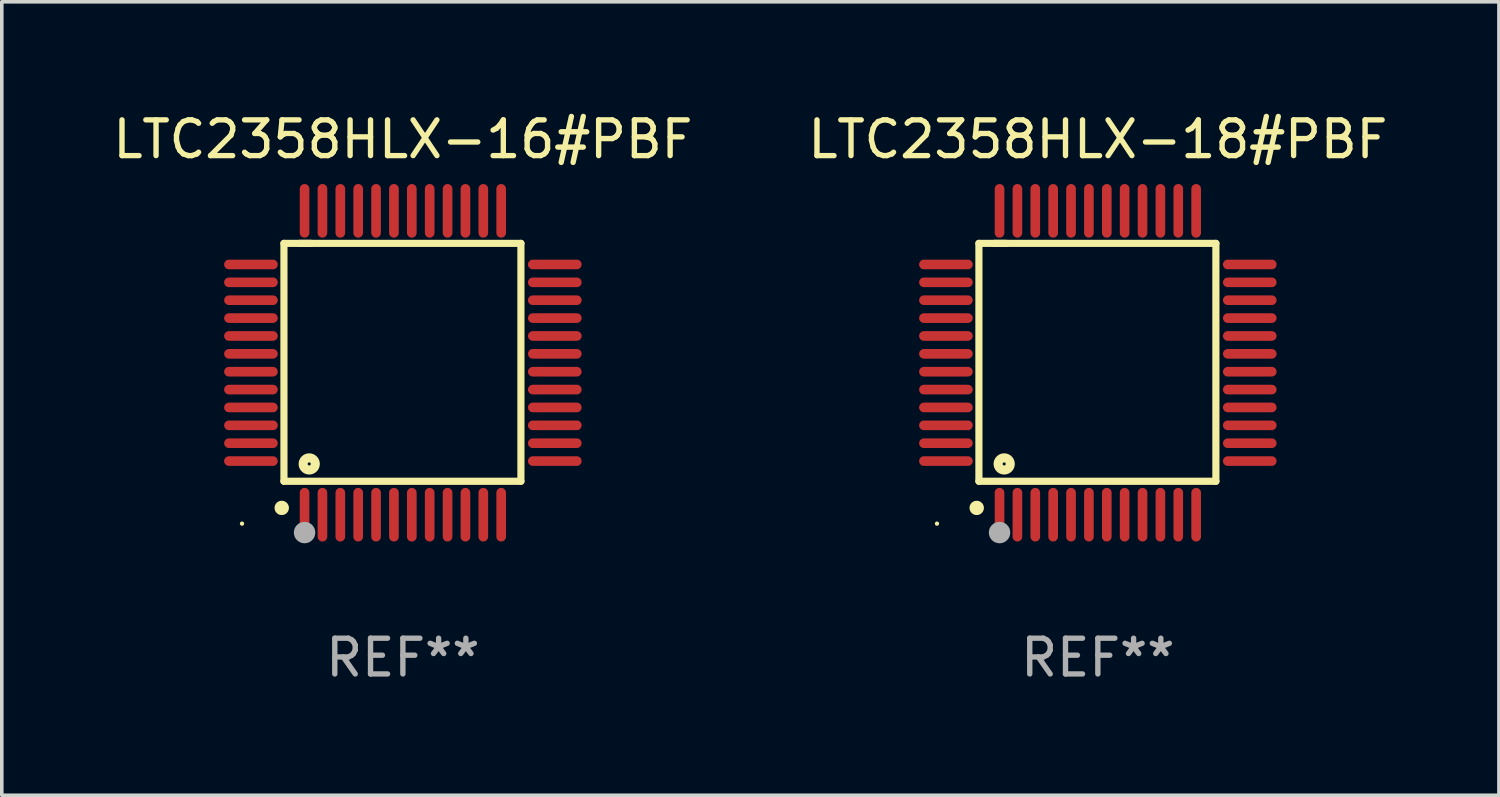
<source format=kicad_pcb>
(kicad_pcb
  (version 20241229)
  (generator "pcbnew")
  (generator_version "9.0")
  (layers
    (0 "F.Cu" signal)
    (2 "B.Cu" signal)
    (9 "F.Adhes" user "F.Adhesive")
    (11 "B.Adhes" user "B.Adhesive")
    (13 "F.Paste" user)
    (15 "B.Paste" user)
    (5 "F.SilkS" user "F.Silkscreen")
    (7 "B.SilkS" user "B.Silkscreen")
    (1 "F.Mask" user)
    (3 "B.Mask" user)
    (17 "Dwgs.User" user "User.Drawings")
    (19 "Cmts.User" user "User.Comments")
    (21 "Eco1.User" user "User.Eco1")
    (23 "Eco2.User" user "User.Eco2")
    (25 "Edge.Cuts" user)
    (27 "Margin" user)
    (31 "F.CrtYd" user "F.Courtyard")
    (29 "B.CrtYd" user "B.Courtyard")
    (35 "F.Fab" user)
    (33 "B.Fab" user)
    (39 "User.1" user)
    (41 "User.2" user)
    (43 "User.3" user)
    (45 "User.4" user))
  (footprint "LTC2358HLX-16#PBF"
    (layer "F.Cu")
    (at 8.22 7.098)
    (property "Reference" "LTC2358HLX-16#PBF" (at 0 -6.25 0) (layer "F.SilkS") (effects (font (size 1 1) (thickness 0.15))))
    (attr through_hole)
    (fp_line (start -3.327 -3.34) (end -2.565 -3.34) (stroke (width 0.2) (type solid)) (layer "F.SilkS"))
    (fp_line (start -3.327 3.315) (end -3.327 -3.34) (stroke (width 0.2) (type solid)) (layer "F.SilkS"))
    (fp_line (start -2.896 -3.34) (end 3.302 -3.34) (stroke (width 0.2) (type solid)) (layer "F.SilkS"))
    (fp_line (start 3.302 -3.34) (end 3.302 3.315) (stroke (width 0.2) (type solid)) (layer "F.SilkS"))
    (fp_line (start 3.302 3.315) (end -3.327 3.315) (stroke (width 0.2) (type solid)) (layer "F.SilkS"))
    (fp_arc (start -3.389992 4.059995) (mid -3.388722 4.059991) (end -3.387452 4.059995) (stroke (width 0.4) (type solid)) (layer "F.SilkS"))
    (fp_circle (center -4.5 4.5) (end -4.47 4.5) (stroke (width 0.06) (type solid)) (fill no) (layer "F.SilkS"))
    (fp_circle (center -2.62 2.83) (end -2.45 2.83) (stroke (width 0.254) (type solid)) (fill no) (layer "F.SilkS"))
    (fp_circle (center -2.75 4.75) (end -2.6 4.75) (stroke (width 0.3) (type solid)) (fill no) (layer "F.Fab"))
    (fp_text user "REF**" (at 0 8.25 0) (layer "F.Fab") (effects (font (size 1 1) (thickness 0.15))))
    (pad "1" smd oval (at -2.75 4.25) (size 0.27 1.5) (layers "F.Cu" "F.Mask" "F.Paste"))
    (pad "2" smd oval (at -2.25 4.25) (size 0.27 1.5) (layers "F.Cu" "F.Mask" "F.Paste"))
    (pad "3" smd oval (at -1.75 4.25) (size 0.27 1.5) (layers "F.Cu" "F.Mask" "F.Paste"))
    (pad "4" smd oval (at -1.25 4.25) (size 0.27 1.5) (layers "F.Cu" "F.Mask" "F.Paste"))
    (pad "5" smd oval (at -0.75 4.25) (size 0.27 1.5) (layers "F.Cu" "F.Mask" "F.Paste"))
    (pad "6" smd oval (at -0.25 4.25) (size 0.27 1.5) (layers "F.Cu" "F.Mask" "F.Paste"))
    (pad "7" smd oval (at 0.25 4.25) (size 0.27 1.5) (layers "F.Cu" "F.Mask" "F.Paste"))
    (pad "8" smd oval (at 0.75 4.25) (size 0.27 1.5) (layers "F.Cu" "F.Mask" "F.Paste"))
    (pad "9" smd oval (at 1.25 4.25) (size 0.27 1.5) (layers "F.Cu" "F.Mask" "F.Paste"))
    (pad "10" smd oval (at 1.75 4.25) (size 0.27 1.5) (layers "F.Cu" "F.Mask" "F.Paste"))
    (pad "11" smd oval (at 2.25 4.25) (size 0.27 1.5) (layers "F.Cu" "F.Mask" "F.Paste"))
    (pad "12" smd oval (at 2.75 4.25) (size 0.27 1.5) (layers "F.Cu" "F.Mask" "F.Paste"))
    (pad "13" smd oval (at 4.25 2.75) (size 1.5 0.27) (layers "F.Cu" "F.Mask" "F.Paste"))
    (pad "14" smd oval (at 4.25 2.25) (size 1.5 0.27) (layers "F.Cu" "F.Mask" "F.Paste"))
    (pad "15" smd oval (at 4.25 1.75) (size 1.5 0.27) (layers "F.Cu" "F.Mask" "F.Paste"))
    (pad "16" smd oval (at 4.25 1.25) (size 1.5 0.27) (layers "F.Cu" "F.Mask" "F.Paste"))
    (pad "17" smd oval (at 4.25 0.75) (size 1.5 0.27) (layers "F.Cu" "F.Mask" "F.Paste"))
    (pad "18" smd oval (at 4.25 0.25) (size 1.5 0.27) (layers "F.Cu" "F.Mask" "F.Paste"))
    (pad "19" smd oval (at 4.25 -0.25) (size 1.5 0.27) (layers "F.Cu" "F.Mask" "F.Paste"))
    (pad "20" smd oval (at 4.25 -0.75) (size 1.5 0.27) (layers "F.Cu" "F.Mask" "F.Paste"))
    (pad "21" smd oval (at 4.25 -1.25) (size 1.5 0.27) (layers "F.Cu" "F.Mask" "F.Paste"))
    (pad "22" smd oval (at 4.25 -1.75) (size 1.5 0.27) (layers "F.Cu" "F.Mask" "F.Paste"))
    (pad "23" smd oval (at 4.25 -2.25) (size 1.5 0.27) (layers "F.Cu" "F.Mask" "F.Paste"))
    (pad "24" smd oval (at 4.25 -2.75) (size 1.5 0.27) (layers "F.Cu" "F.Mask" "F.Paste"))
    (pad "25" smd oval (at 2.75 -4.25) (size 0.27 1.5) (layers "F.Cu" "F.Mask" "F.Paste"))
    (pad "26" smd oval (at 2.25 -4.25) (size 0.27 1.5) (layers "F.Cu" "F.Mask" "F.Paste"))
    (pad "27" smd oval (at 1.75 -4.25) (size 0.27 1.5) (layers "F.Cu" "F.Mask" "F.Paste"))
    (pad "28" smd oval (at 1.25 -4.25) (size 0.27 1.5) (layers "F.Cu" "F.Mask" "F.Paste"))
    (pad "29" smd oval (at 0.75 -4.25) (size 0.27 1.5) (layers "F.Cu" "F.Mask" "F.Paste"))
    (pad "30" smd oval (at 0.25 -4.25) (size 0.27 1.5) (layers "F.Cu" "F.Mask" "F.Paste"))
    (pad "31" smd oval (at -0.25 -4.25) (size 0.27 1.5) (layers "F.Cu" "F.Mask" "F.Paste"))
    (pad "32" smd oval (at -0.75 -4.25) (size 0.27 1.5) (layers "F.Cu" "F.Mask" "F.Paste"))
    (pad "33" smd oval (at -1.25 -4.25) (size 0.27 1.5) (layers "F.Cu" "F.Mask" "F.Paste"))
    (pad "34" smd oval (at -1.75 -4.25) (size 0.27 1.5) (layers "F.Cu" "F.Mask" "F.Paste"))
    (pad "35" smd oval (at -2.25 -4.25) (size 0.27 1.5) (layers "F.Cu" "F.Mask" "F.Paste"))
    (pad "36" smd oval (at -2.75 -4.25) (size 0.27 1.5) (layers "F.Cu" "F.Mask" "F.Paste"))
    (pad "37" smd oval (at -4.25 -2.75) (size 1.5 0.27) (layers "F.Cu" "F.Mask" "F.Paste"))
    (pad "38" smd oval (at -4.25 -2.25) (size 1.5 0.27) (layers "F.Cu" "F.Mask" "F.Paste"))
    (pad "39" smd oval (at -4.25 -1.75) (size 1.5 0.27) (layers "F.Cu" "F.Mask" "F.Paste"))
    (pad "40" smd oval (at -4.25 -1.25) (size 1.5 0.27) (layers "F.Cu" "F.Mask" "F.Paste"))
    (pad "41" smd oval (at -4.25 -0.75) (size 1.5 0.27) (layers "F.Cu" "F.Mask" "F.Paste"))
    (pad "42" smd oval (at -4.25 -0.25) (size 1.5 0.27) (layers "F.Cu" "F.Mask" "F.Paste"))
    (pad "43" smd oval (at -4.25 0.25) (size 1.5 0.27) (layers "F.Cu" "F.Mask" "F.Paste"))
    (pad "44" smd oval (at -4.25 0.75) (size 1.5 0.27) (layers "F.Cu" "F.Mask" "F.Paste"))
    (pad "45" smd oval (at -4.25 1.25) (size 1.5 0.27) (layers "F.Cu" "F.Mask" "F.Paste"))
    (pad "46" smd oval (at -4.25 1.75) (size 1.5 0.27) (layers "F.Cu" "F.Mask" "F.Paste"))
    (pad "47" smd oval (at -4.25 2.25) (size 1.5 0.27) (layers "F.Cu" "F.Mask" "F.Paste"))
    (pad "48" smd oval (at -4.25 2.75) (size 1.5 0.27) (layers "F.Cu" "F.Mask" "F.Paste")))
  (footprint "LTC2358HLX-18#PBF"
    (layer "F.Cu")
    (at 27.661 7.098)
    (property "Reference" "LTC2358HLX-18#PBF" (at 0 -6.25 0) (layer "F.SilkS") (effects (font (size 1 1) (thickness 0.15))))
    (attr through_hole)
    (fp_line (start -3.327 -3.34) (end -2.565 -3.34) (stroke (width 0.2) (type solid)) (layer "F.SilkS"))
    (fp_line (start -3.327 3.315) (end -3.327 -3.34) (stroke (width 0.2) (type solid)) (layer "F.SilkS"))
    (fp_line (start -2.896 -3.34) (end 3.302 -3.34) (stroke (width 0.2) (type solid)) (layer "F.SilkS"))
    (fp_line (start 3.302 -3.34) (end 3.302 3.315) (stroke (width 0.2) (type solid)) (layer "F.SilkS"))
    (fp_line (start 3.302 3.315) (end -3.327 3.315) (stroke (width 0.2) (type solid)) (layer "F.SilkS"))
    (fp_arc (start -3.389992 4.059995) (mid -3.388722 4.059991) (end -3.387452 4.059995) (stroke (width 0.4) (type solid)) (layer "F.SilkS"))
    (fp_circle (center -4.5 4.5) (end -4.47 4.5) (stroke (width 0.06) (type solid)) (fill no) (layer "F.SilkS"))
    (fp_circle (center -2.62 2.83) (end -2.45 2.83) (stroke (width 0.254) (type solid)) (fill no) (layer "F.SilkS"))
    (fp_circle (center -2.75 4.75) (end -2.6 4.75) (stroke (width 0.3) (type solid)) (fill no) (layer "F.Fab"))
    (fp_text user "REF**" (at 0 8.25 0) (layer "F.Fab") (effects (font (size 1 1) (thickness 0.15))))
    (pad "1" smd oval (at -2.75 4.25) (size 0.27 1.5) (layers "F.Cu" "F.Mask" "F.Paste"))
    (pad "2" smd oval (at -2.25 4.25) (size 0.27 1.5) (layers "F.Cu" "F.Mask" "F.Paste"))
    (pad "3" smd oval (at -1.75 4.25) (size 0.27 1.5) (layers "F.Cu" "F.Mask" "F.Paste"))
    (pad "4" smd oval (at -1.25 4.25) (size 0.27 1.5) (layers "F.Cu" "F.Mask" "F.Paste"))
    (pad "5" smd oval (at -0.75 4.25) (size 0.27 1.5) (layers "F.Cu" "F.Mask" "F.Paste"))
    (pad "6" smd oval (at -0.25 4.25) (size 0.27 1.5) (layers "F.Cu" "F.Mask" "F.Paste"))
    (pad "7" smd oval (at 0.25 4.25) (size 0.27 1.5) (layers "F.Cu" "F.Mask" "F.Paste"))
    (pad "8" smd oval (at 0.75 4.25) (size 0.27 1.5) (layers "F.Cu" "F.Mask" "F.Paste"))
    (pad "9" smd oval (at 1.25 4.25) (size 0.27 1.5) (layers "F.Cu" "F.Mask" "F.Paste"))
    (pad "10" smd oval (at 1.75 4.25) (size 0.27 1.5) (layers "F.Cu" "F.Mask" "F.Paste"))
    (pad "11" smd oval (at 2.25 4.25) (size 0.27 1.5) (layers "F.Cu" "F.Mask" "F.Paste"))
    (pad "12" smd oval (at 2.75 4.25) (size 0.27 1.5) (layers "F.Cu" "F.Mask" "F.Paste"))
    (pad "13" smd oval (at 4.25 2.75) (size 1.5 0.27) (layers "F.Cu" "F.Mask" "F.Paste"))
    (pad "14" smd oval (at 4.25 2.25) (size 1.5 0.27) (layers "F.Cu" "F.Mask" "F.Paste"))
    (pad "15" smd oval (at 4.25 1.75) (size 1.5 0.27) (layers "F.Cu" "F.Mask" "F.Paste"))
    (pad "16" smd oval (at 4.25 1.25) (size 1.5 0.27) (layers "F.Cu" "F.Mask" "F.Paste"))
    (pad "17" smd oval (at 4.25 0.75) (size 1.5 0.27) (layers "F.Cu" "F.Mask" "F.Paste"))
    (pad "18" smd oval (at 4.25 0.25) (size 1.5 0.27) (layers "F.Cu" "F.Mask" "F.Paste"))
    (pad "19" smd oval (at 4.25 -0.25) (size 1.5 0.27) (layers "F.Cu" "F.Mask" "F.Paste"))
    (pad "20" smd oval (at 4.25 -0.75) (size 1.5 0.27) (layers "F.Cu" "F.Mask" "F.Paste"))
    (pad "21" smd oval (at 4.25 -1.25) (size 1.5 0.27) (layers "F.Cu" "F.Mask" "F.Paste"))
    (pad "22" smd oval (at 4.25 -1.75) (size 1.5 0.27) (layers "F.Cu" "F.Mask" "F.Paste"))
    (pad "23" smd oval (at 4.25 -2.25) (size 1.5 0.27) (layers "F.Cu" "F.Mask" "F.Paste"))
    (pad "24" smd oval (at 4.25 -2.75) (size 1.5 0.27) (layers "F.Cu" "F.Mask" "F.Paste"))
    (pad "25" smd oval (at 2.75 -4.25) (size 0.27 1.5) (layers "F.Cu" "F.Mask" "F.Paste"))
    (pad "26" smd oval (at 2.25 -4.25) (size 0.27 1.5) (layers "F.Cu" "F.Mask" "F.Paste"))
    (pad "27" smd oval (at 1.75 -4.25) (size 0.27 1.5) (layers "F.Cu" "F.Mask" "F.Paste"))
    (pad "28" smd oval (at 1.25 -4.25) (size 0.27 1.5) (layers "F.Cu" "F.Mask" "F.Paste"))
    (pad "29" smd oval (at 0.75 -4.25) (size 0.27 1.5) (layers "F.Cu" "F.Mask" "F.Paste"))
    (pad "30" smd oval (at 0.25 -4.25) (size 0.27 1.5) (layers "F.Cu" "F.Mask" "F.Paste"))
    (pad "31" smd oval (at -0.25 -4.25) (size 0.27 1.5) (layers "F.Cu" "F.Mask" "F.Paste"))
    (pad "32" smd oval (at -0.75 -4.25) (size 0.27 1.5) (layers "F.Cu" "F.Mask" "F.Paste"))
    (pad "33" smd oval (at -1.25 -4.25) (size 0.27 1.5) (layers "F.Cu" "F.Mask" "F.Paste"))
    (pad "34" smd oval (at -1.75 -4.25) (size 0.27 1.5) (layers "F.Cu" "F.Mask" "F.Paste"))
    (pad "35" smd oval (at -2.25 -4.25) (size 0.27 1.5) (layers "F.Cu" "F.Mask" "F.Paste"))
    (pad "36" smd oval (at -2.75 -4.25) (size 0.27 1.5) (layers "F.Cu" "F.Mask" "F.Paste"))
    (pad "37" smd oval (at -4.25 -2.75) (size 1.5 0.27) (layers "F.Cu" "F.Mask" "F.Paste"))
    (pad "38" smd oval (at -4.25 -2.25) (size 1.5 0.27) (layers "F.Cu" "F.Mask" "F.Paste"))
    (pad "39" smd oval (at -4.25 -1.75) (size 1.5 0.27) (layers "F.Cu" "F.Mask" "F.Paste"))
    (pad "40" smd oval (at -4.25 -1.25) (size 1.5 0.27) (layers "F.Cu" "F.Mask" "F.Paste"))
    (pad "41" smd oval (at -4.25 -0.75) (size 1.5 0.27) (layers "F.Cu" "F.Mask" "F.Paste"))
    (pad "42" smd oval (at -4.25 -0.25) (size 1.5 0.27) (layers "F.Cu" "F.Mask" "F.Paste"))
    (pad "43" smd oval (at -4.25 0.25) (size 1.5 0.27) (layers "F.Cu" "F.Mask" "F.Paste"))
    (pad "44" smd oval (at -4.25 0.75) (size 1.5 0.27) (layers "F.Cu" "F.Mask" "F.Paste"))
    (pad "45" smd oval (at -4.25 1.25) (size 1.5 0.27) (layers "F.Cu" "F.Mask" "F.Paste"))
    (pad "46" smd oval (at -4.25 1.75) (size 1.5 0.27) (layers "F.Cu" "F.Mask" "F.Paste"))
    (pad "47" smd oval (at -4.25 2.25) (size 1.5 0.27) (layers "F.Cu" "F.Mask" "F.Paste"))
    (pad "48" smd oval (at -4.25 2.75) (size 1.5 0.27) (layers "F.Cu" "F.Mask" "F.Paste")))
  (gr_rect
    (start -3 -3)
    (end 38.881 19.196)
    (stroke (width 0.1) (type default))
    (fill no)
    (layer "Edge.Cuts")))
</source>
